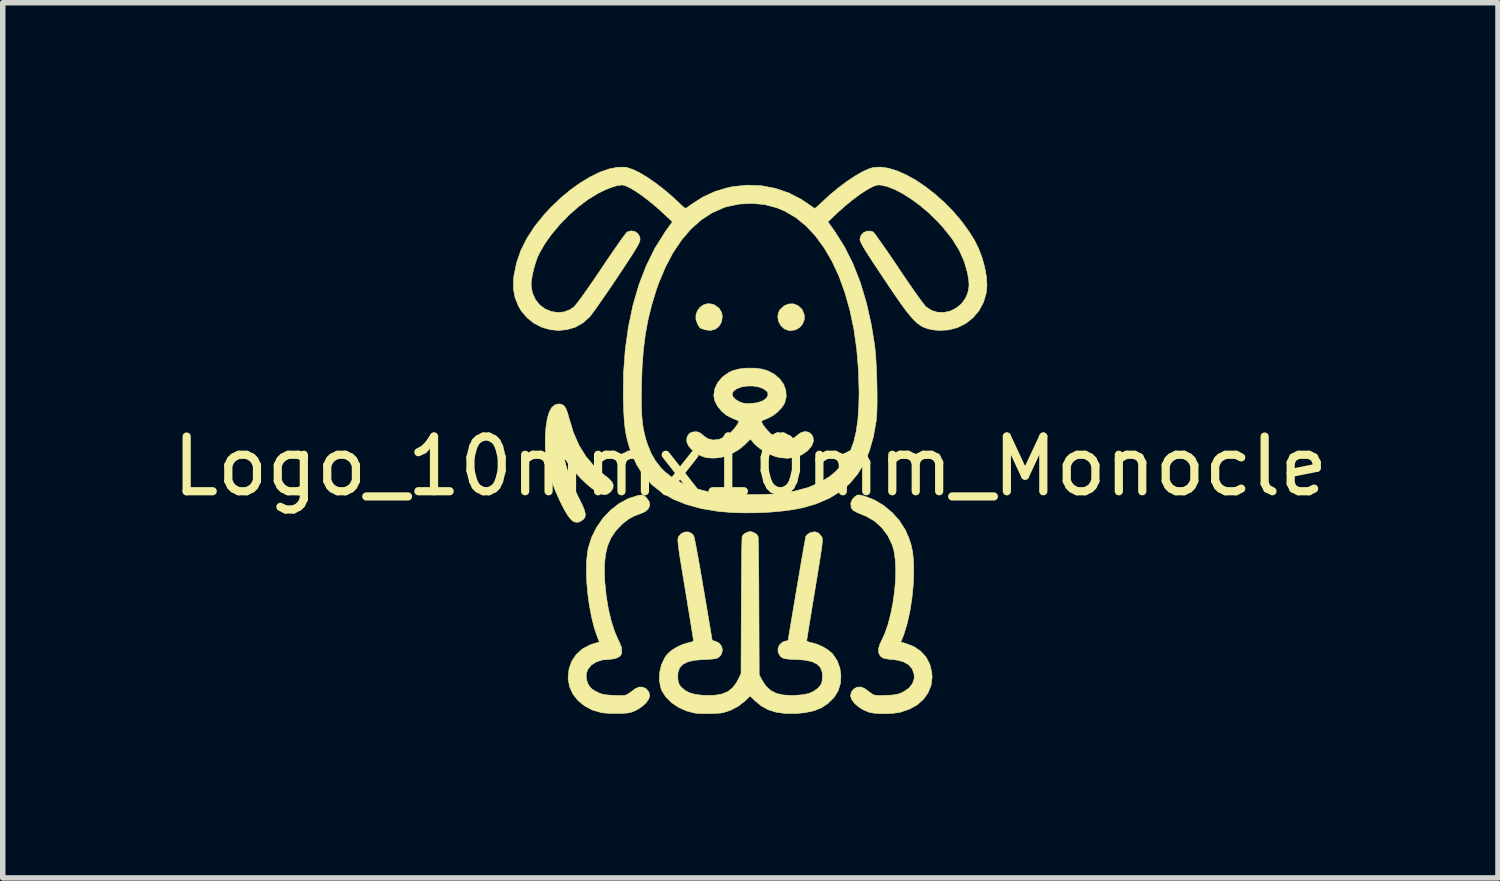
<source format=kicad_pcb>
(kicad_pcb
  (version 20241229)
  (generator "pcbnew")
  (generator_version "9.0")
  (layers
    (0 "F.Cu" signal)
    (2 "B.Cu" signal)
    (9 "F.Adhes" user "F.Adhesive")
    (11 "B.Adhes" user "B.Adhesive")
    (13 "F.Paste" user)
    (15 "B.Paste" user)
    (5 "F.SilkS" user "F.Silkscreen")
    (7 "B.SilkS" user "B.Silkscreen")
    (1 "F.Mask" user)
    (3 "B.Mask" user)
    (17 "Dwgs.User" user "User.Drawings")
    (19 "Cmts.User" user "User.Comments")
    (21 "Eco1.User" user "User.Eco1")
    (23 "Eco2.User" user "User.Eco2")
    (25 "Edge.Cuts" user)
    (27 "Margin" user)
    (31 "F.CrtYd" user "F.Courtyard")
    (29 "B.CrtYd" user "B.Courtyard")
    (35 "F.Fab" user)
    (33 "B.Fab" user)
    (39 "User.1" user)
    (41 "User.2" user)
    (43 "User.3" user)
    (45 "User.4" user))
  (footprint "Logo_10mmx10mm_Monocle"
    (layer "F.Cu")
    (at 10.673 4.979)
    (property "Reference" "Logo_10mmx10mm_Monocle" (at 0 0.5 0) (layer "F.SilkS") (effects (font (size 1 1) (thickness 0.15))))
    (attr through_hole)
    (fp_poly (pts (xy 0.853 -2.963) (xy 0.926 -2.958) (xy 0.983 -2.946) (xy 1.037 -2.926) (xy 1.087 -2.902) (xy 1.214 -2.819) (xy 1.324 -2.712) (xy 1.413 -2.588) (xy 1.475 -2.457) (xy 1.502 -2.327) (xy 1.503 -2.298) (xy 1.509 -2.239) (xy 1.53 -2.209) (xy 1.544 -2.203) (xy 1.576 -2.177) (xy 1.614 -2.126) (xy 1.64 -2.081) (xy 1.665 -2.024) (xy 1.681 -1.97) (xy 1.69 -1.907) (xy 1.693 -1.821) (xy 1.694 -1.759) (xy 1.696 -1.645) (xy 1.701 -1.509) (xy 1.709 -1.371) (xy 1.715 -1.292) (xy 1.736 -1.041) (xy 1.753 -0.828) (xy 1.767 -0.647) (xy 1.778 -0.493) (xy 1.787 -0.362) (xy 1.793 -0.249) (xy 1.797 -0.149) (xy 1.799 -0.057) (xy 1.8 0.032) (xy 1.8 0.05) (xy 1.801 0.173) (xy 1.805 0.292) (xy 1.811 0.397) (xy 1.818 0.473) (xy 1.819 0.484) (xy 1.83 0.563) (xy 1.844 0.667) (xy 1.857 0.779) (xy 1.863 0.835) (xy 1.875 0.931) (xy 1.888 1.014) (xy 1.9 1.073) (xy 1.907 1.094) (xy 1.92 1.138) (xy 1.927 1.202) (xy 1.927 1.221) (xy 1.932 1.306) (xy 1.947 1.423) (xy 1.97 1.565) (xy 1.999 1.721) (xy 2.028 1.862) (xy 2.052 1.97) (xy 2.075 2.084) (xy 2.094 2.184) (xy 2.097 2.2) (xy 2.115 2.285) (xy 2.134 2.362) (xy 2.15 2.412) (xy 2.189 2.472) (xy 2.246 2.525) (xy 2.307 2.562) (xy 2.346 2.571) (xy 2.396 2.553) (xy 2.452 2.505) (xy 2.506 2.438) (xy 2.549 2.36) (xy 2.562 2.327) (xy 2.59 2.264) (xy 2.62 2.224) (xy 2.647 2.21) (xy 2.664 2.227) (xy 2.668 2.255) (xy 2.649 2.365) (xy 2.596 2.476) (xy 2.526 2.565) (xy 2.445 2.631) (xy 2.364 2.657) (xy 2.279 2.645) (xy 2.265 2.64) (xy 2.214 2.609) (xy 2.153 2.557) (xy 2.098 2.499) (xy 2.064 2.448) (xy 2.062 2.445) (xy 2.047 2.397) (xy 2.029 2.323) (xy 2.013 2.243) (xy 1.996 2.15) (xy 1.973 2.037) (xy 1.949 1.926) (xy 1.945 1.904) (xy 1.911 1.745) (xy 1.883 1.592) (xy 1.861 1.454) (xy 1.847 1.339) (xy 1.842 1.264) (xy 1.838 1.209) (xy 1.826 1.177) (xy 1.821 1.174) (xy 1.809 1.155) (xy 1.802 1.105) (xy 1.8 1.057) (xy 1.797 0.994) (xy 1.788 0.951) (xy 1.781 0.941) (xy 1.773 0.933) (xy 1.767 0.906) (xy 1.76 0.858) (xy 1.754 0.785) (xy 1.747 0.684) (xy 1.74 0.551) (xy 1.732 0.385) (xy 1.723 0.181) (xy 1.718 0.041) (xy 1.71 -0.137) (xy 1.702 -0.299) (xy 1.693 -0.456) (xy 1.682 -0.615) (xy 1.669 -0.788) (xy 1.653 -0.981) (xy 1.634 -1.206) (xy 1.63 -1.251) (xy 1.621 -1.378) (xy 1.613 -1.521) (xy 1.609 -1.655) (xy 1.609 -1.706) (xy 1.607 -1.818) (xy 1.6 -1.9) (xy 1.587 -1.963) (xy 1.566 -2.019) (xy 1.565 -2.022) (xy 1.521 -2.118) (xy 1.474 -1.989) (xy 1.392 -1.82) (xy 1.283 -1.682) (xy 1.15 -1.577) (xy 0.995 -1.508) (xy 0.82 -1.475) (xy 0.752 -1.472) (xy 0.591 -1.484) (xy 0.454 -1.525) (xy 0.329 -1.597) (xy 0.221 -1.692) (xy 0.118 -1.81) (xy 0.051 -1.926) (xy 0.014 -2.054) (xy 0.004 -2.189) (xy 0.172 -2.189) (xy 0.186 -2.069) (xy 0.2 -2.017) (xy 0.267 -1.888) (xy 0.364 -1.782) (xy 0.482 -1.704) (xy 0.616 -1.655) (xy 0.758 -1.637) (xy 0.901 -1.654) (xy 1.037 -1.708) (xy 1.048 -1.714) (xy 1.169 -1.807) (xy 1.257 -1.921) (xy 1.313 -2.05) (xy 1.337 -2.186) (xy 1.329 -2.325) (xy 1.289 -2.46) (xy 1.215 -2.583) (xy 1.11 -2.689) (xy 1.053 -2.728) (xy 0.935 -2.78) (xy 0.797 -2.803) (xy 0.655 -2.798) (xy 0.553 -2.774) (xy 0.445 -2.72) (xy 0.342 -2.638) (xy 0.258 -2.538) (xy 0.204 -2.433) (xy 0.179 -2.317) (xy 0.172 -2.189) (xy 0.004 -2.189) (xy 0.003 -2.204) (xy 0.004 -2.255) (xy 0.012 -2.367) (xy 0.029 -2.453) (xy 0.057 -2.528) (xy 0.063 -2.541) (xy 0.152 -2.679) (xy 0.269 -2.801) (xy 0.404 -2.895) (xy 0.418 -2.902) (xy 0.479 -2.931) (xy 0.533 -2.95) (xy 0.592 -2.96) (xy 0.67 -2.964) (xy 0.752 -2.964) (xy 0.853 -2.963)) (stroke (width 0.01) (type solid)) (fill yes) (layer "F.Mask"))
    (fp_poly (pts (xy 0.869 -2.441) (xy 0.938 -2.378) (xy 0.953 -2.355) (xy 0.986 -2.269) (xy 0.985 -2.183) (xy 0.955 -2.105) (xy 0.901 -2.041) (xy 0.827 -1.998) (xy 0.738 -1.983) (xy 0.7 -1.986) (xy 0.621 -2.016) (xy 0.559 -2.073) (xy 0.517 -2.147) (xy 0.501 -2.23) (xy 0.513 -2.312) (xy 0.544 -2.369) (xy 0.618 -2.436) (xy 0.701 -2.47) (xy 0.788 -2.472) (xy 0.869 -2.441)) (stroke (width 0.01) (type solid)) (fill yes) (layer "F.SilkS"))
    (fp_poly (pts (xy -0.695 -2.467) (xy -0.65 -2.449) (xy -0.572 -2.391) (xy -0.525 -2.313) (xy -0.513 -2.24) (xy -0.529 -2.14) (xy -0.574 -2.062) (xy -0.642 -2.009) (xy -0.727 -1.986) (xy -0.823 -1.997) (xy -0.839 -2.002) (xy -0.886 -2.019) (xy -0.914 -2.028) (xy -0.917 -2.029) (xy -0.928 -2.044) (xy -0.952 -2.081) (xy -0.961 -2.095) (xy -0.995 -2.18) (xy -0.996 -2.265) (xy -0.97 -2.342) (xy -0.922 -2.407) (xy -0.857 -2.454) (xy -0.779 -2.476) (xy -0.695 -2.467)) (stroke (width 0.01) (type solid)) (fill yes) (layer "F.SilkS"))
    (fp_poly (pts (xy -3.449 -0.634) (xy -3.407 -0.607) (xy -3.373 -0.555) (xy -3.342 -0.474) (xy -3.318 -0.387) (xy -3.237 -0.12) (xy -3.134 0.115) (xy -3.006 0.322) (xy -2.853 0.502) (xy -2.674 0.657) (xy -2.662 0.666) (xy -2.58 0.731) (xy -2.53 0.787) (xy -2.509 0.838) (xy -2.513 0.891) (xy -2.515 0.901) (xy -2.553 0.963) (xy -2.613 1.006) (xy -2.671 1.019) (xy -2.733 1.004) (xy -2.812 0.962) (xy -2.904 0.897) (xy -3.002 0.815) (xy -3.102 0.719) (xy -3.197 0.615) (xy -3.283 0.507) (xy -3.315 0.462) (xy -3.359 0.398) (xy -3.386 0.363) (xy -3.397 0.356) (xy -3.398 0.372) (xy -3.395 0.394) (xy -3.369 0.497) (xy -3.328 0.624) (xy -3.277 0.764) (xy -3.219 0.905) (xy -3.159 1.036) (xy -3.13 1.094) (xy -3.071 1.212) (xy -3.034 1.304) (xy -3.018 1.373) (xy -3.024 1.426) (xy -3.051 1.466) (xy -3.098 1.5) (xy -3.105 1.504) (xy -3.159 1.524) (xy -3.211 1.517) (xy -3.244 1.503) (xy -3.284 1.468) (xy -3.335 1.402) (xy -3.392 1.31) (xy -3.452 1.196) (xy -3.514 1.066) (xy -3.574 0.925) (xy -3.606 0.842) (xy -3.679 0.623) (xy -3.725 0.416) (xy -3.749 0.207) (xy -3.751 -0.017) (xy -3.751 -0.026) (xy -3.738 -0.218) (xy -3.714 -0.373) (xy -3.679 -0.492) (xy -3.632 -0.576) (xy -3.573 -0.626) (xy -3.502 -0.642) (xy -3.449 -0.634)) (stroke (width 0.01) (type solid)) (fill yes) (layer "F.SilkS"))
    (fp_poly (pts (xy -1.944 1.036) (xy -1.901 1.074) (xy -1.901 1.074) (xy -1.852 1.143) (xy -1.84 1.211) (xy -1.865 1.273) (xy -1.924 1.326) (xy -2.003 1.362) (xy -2.119 1.405) (xy -2.214 1.455) (xy -2.303 1.52) (xy -2.357 1.568) (xy -2.466 1.683) (xy -2.55 1.809) (xy -2.611 1.951) (xy -2.65 2.113) (xy -2.669 2.299) (xy -2.668 2.515) (xy -2.662 2.62) (xy -2.637 2.867) (xy -2.598 3.103) (xy -2.546 3.323) (xy -2.484 3.518) (xy -2.413 3.683) (xy -2.397 3.713) (xy -2.357 3.811) (xy -2.352 3.901) (xy -2.362 3.939) (xy -2.396 3.979) (xy -2.459 4.01) (xy -2.542 4.026) (xy -2.581 4.028) (xy -2.712 4.041) (xy -2.823 4.078) (xy -2.911 4.135) (xy -2.971 4.209) (xy -3.002 4.295) (xy -3 4.391) (xy -2.972 4.473) (xy -2.937 4.532) (xy -2.894 4.574) (xy -2.83 4.614) (xy -2.813 4.622) (xy -2.756 4.649) (xy -2.703 4.667) (xy -2.642 4.678) (xy -2.563 4.684) (xy -2.49 4.688) (xy -2.397 4.691) (xy -2.333 4.691) (xy -2.289 4.686) (xy -2.257 4.674) (xy -2.226 4.655) (xy -2.213 4.646) (xy -2.158 4.606) (xy -2.108 4.569) (xy -2.099 4.563) (xy -2.032 4.535) (xy -1.963 4.539) (xy -1.902 4.57) (xy -1.858 4.624) (xy -1.841 4.693) (xy -1.859 4.754) (xy -1.906 4.821) (xy -1.977 4.888) (xy -2.065 4.946) (xy -2.092 4.96) (xy -2.147 4.985) (xy -2.197 5.001) (xy -2.254 5.011) (xy -2.329 5.016) (xy -2.418 5.018) (xy -2.518 5.018) (xy -2.614 5.014) (xy -2.694 5.008) (xy -2.73 5.002) (xy -2.893 4.954) (xy -3.035 4.878) (xy -3.154 4.781) (xy -3.245 4.664) (xy -3.306 4.532) (xy -3.332 4.389) (xy -3.333 4.362) (xy -3.316 4.202) (xy -3.265 4.06) (xy -3.182 3.938) (xy -3.07 3.838) (xy -2.93 3.764) (xy -2.843 3.736) (xy -2.761 3.714) (xy -2.8 3.614) (xy -2.856 3.448) (xy -2.904 3.256) (xy -2.943 3.049) (xy -2.973 2.834) (xy -2.992 2.618) (xy -2.999 2.411) (xy -2.994 2.221) (xy -2.976 2.055) (xy -2.965 1.996) (xy -2.904 1.8) (xy -2.813 1.617) (xy -2.697 1.45) (xy -2.559 1.304) (xy -2.405 1.183) (xy -2.237 1.091) (xy -2.061 1.034) (xy -2.033 1.028) (xy -1.982 1.023) (xy -1.944 1.036)) (stroke (width 0.01) (type solid)) (fill yes) (layer "F.SilkS"))
    (fp_poly (pts (xy 2.008 1.025) (xy 2.066 1.04) (xy 2.09 1.046) (xy 2.266 1.114) (xy 2.435 1.214) (xy 2.59 1.342) (xy 2.723 1.49) (xy 2.828 1.653) (xy 2.844 1.686) (xy 2.9 1.815) (xy 2.94 1.939) (xy 2.967 2.067) (xy 2.982 2.212) (xy 2.987 2.382) (xy 2.987 2.426) (xy 2.978 2.669) (xy 2.954 2.914) (xy 2.917 3.151) (xy 2.868 3.372) (xy 2.809 3.566) (xy 2.791 3.614) (xy 2.751 3.714) (xy 2.834 3.736) (xy 2.988 3.795) (xy 3.115 3.881) (xy 3.214 3.991) (xy 3.283 4.123) (xy 3.318 4.274) (xy 3.323 4.362) (xy 3.304 4.508) (xy 3.249 4.642) (xy 3.163 4.761) (xy 3.049 4.862) (xy 2.909 4.94) (xy 2.748 4.994) (xy 2.703 5.003) (xy 2.602 5.016) (xy 2.488 5.022) (xy 2.372 5.021) (xy 2.266 5.014) (xy 2.184 5) (xy 2.17 4.996) (xy 2.069 4.954) (xy 1.977 4.897) (xy 1.903 4.831) (xy 1.852 4.762) (xy 1.832 4.697) (xy 1.832 4.693) (xy 1.849 4.622) (xy 1.893 4.569) (xy 1.954 4.538) (xy 2.023 4.535) (xy 2.09 4.563) (xy 2.135 4.596) (xy 2.191 4.637) (xy 2.203 4.646) (xy 2.235 4.668) (xy 2.266 4.682) (xy 2.305 4.689) (xy 2.36 4.691) (xy 2.441 4.689) (xy 2.481 4.688) (xy 2.58 4.683) (xy 2.652 4.675) (xy 2.709 4.662) (xy 2.761 4.642) (xy 2.802 4.622) (xy 2.899 4.556) (xy 2.965 4.474) (xy 2.996 4.381) (xy 2.994 4.302) (xy 2.96 4.203) (xy 2.893 4.126) (xy 2.795 4.072) (xy 2.666 4.04) (xy 2.624 4.036) (xy 2.531 4.026) (xy 2.468 4.016) (xy 2.426 4.003) (xy 2.395 3.984) (xy 2.378 3.969) (xy 2.346 3.91) (xy 2.344 3.833) (xy 2.371 3.744) (xy 2.387 3.713) (xy 2.455 3.566) (xy 2.516 3.394) (xy 2.566 3.203) (xy 2.607 3) (xy 2.636 2.793) (xy 2.654 2.587) (xy 2.659 2.391) (xy 2.65 2.21) (xy 2.628 2.052) (xy 2.595 1.935) (xy 2.512 1.766) (xy 2.403 1.62) (xy 2.271 1.501) (xy 2.121 1.413) (xy 2.093 1.402) (xy 1.997 1.363) (xy 1.931 1.333) (xy 1.889 1.31) (xy 1.864 1.287) (xy 1.849 1.263) (xy 1.843 1.248) (xy 1.836 1.173) (xy 1.865 1.102) (xy 1.914 1.052) (xy 1.945 1.031) (xy 1.972 1.022) (xy 2.008 1.025)) (stroke (width 0.01) (type solid)) (fill yes) (layer "F.SilkS"))
    (fp_poly (pts (xy 0.075 -1.296) (xy 0.213 -1.279) (xy 0.316 -1.249) (xy 0.44 -1.183) (xy 0.538 -1.098) (xy 0.609 -0.998) (xy 0.649 -0.888) (xy 0.655 -0.773) (xy 0.627 -0.659) (xy 0.623 -0.651) (xy 0.572 -0.573) (xy 0.496 -0.494) (xy 0.407 -0.425) (xy 0.316 -0.378) (xy 0.311 -0.376) (xy 0.255 -0.354) (xy 0.215 -0.336) (xy 0.205 -0.33) (xy 0.206 -0.307) (xy 0.228 -0.265) (xy 0.266 -0.212) (xy 0.313 -0.156) (xy 0.363 -0.105) (xy 0.399 -0.075) (xy 0.509 -0.012) (xy 0.617 0.017) (xy 0.719 0.012) (xy 0.809 -0.027) (xy 0.855 -0.066) (xy 0.924 -0.117) (xy 0.997 -0.137) (xy 1.064 -0.126) (xy 1.118 -0.085) (xy 1.145 -0.035) (xy 1.153 0.043) (xy 1.121 0.125) (xy 1.05 0.21) (xy 1.048 0.212) (xy 0.942 0.287) (xy 0.815 0.334) (xy 0.676 0.352) (xy 0.532 0.339) (xy 0.446 0.316) (xy 0.321 0.264) (xy 0.203 0.195) (xy 0.103 0.117) (xy 0.056 0.068) (xy 0 0) (xy -0.1 0.1) (xy -0.22 0.199) (xy -0.358 0.276) (xy -0.502 0.328) (xy -0.626 0.347) (xy -0.704 0.348) (xy -0.774 0.344) (xy -0.816 0.337) (xy -0.91 0.305) (xy -0.984 0.267) (xy -1.055 0.21) (xy -1.058 0.208) (xy -1.13 0.127) (xy -1.164 0.048) (xy -1.16 -0.027) (xy -1.15 -0.052) (xy -1.115 -0.101) (xy -1.069 -0.126) (xy -0.999 -0.134) (xy -0.994 -0.134) (xy -0.939 -0.123) (xy -0.884 -0.085) (xy -0.865 -0.066) (xy -0.783 -0.007) (xy -0.686 0.018) (xy -0.581 0.009) (xy -0.472 -0.035) (xy -0.409 -0.075) (xy -0.361 -0.117) (xy -0.311 -0.17) (xy -0.266 -0.226) (xy -0.231 -0.277) (xy -0.213 -0.315) (xy -0.215 -0.33) (xy -0.24 -0.343) (xy -0.29 -0.364) (xy -0.326 -0.378) (xy -0.432 -0.432) (xy -0.526 -0.509) (xy -0.601 -0.601) (xy -0.651 -0.699) (xy -0.669 -0.796) (xy -0.665 -0.822) (xy -0.334 -0.822) (xy -0.317 -0.771) (xy -0.27 -0.722) (xy -0.195 -0.679) (xy -0.145 -0.66) (xy -0.07 -0.648) (xy 0.024 -0.65) (xy 0.122 -0.664) (xy 0.206 -0.689) (xy 0.225 -0.698) (xy 0.289 -0.743) (xy 0.321 -0.794) (xy 0.319 -0.846) (xy 0.305 -0.87) (xy 0.24 -0.92) (xy 0.151 -0.953) (xy 0.046 -0.97) (xy -0.063 -0.969) (xy -0.167 -0.952) (xy -0.255 -0.917) (xy -0.315 -0.87) (xy -0.334 -0.822) (xy -0.665 -0.822) (xy -0.651 -0.918) (xy -0.598 -1.032) (xy -0.514 -1.131) (xy -0.403 -1.212) (xy -0.326 -1.249) (xy -0.208 -1.281) (xy -0.07 -1.297) (xy 0.075 -1.296)) (stroke (width 0.01) (type solid)) (fill yes) (layer "F.SilkS"))
    (fp_poly (pts (xy 0.023 1.697) (xy 0.063 1.711) (xy 0.118 1.746) (xy 0.141 1.785) (xy 0.143 1.812) (xy 0.145 1.874) (xy 0.147 1.969) (xy 0.149 2.093) (xy 0.15 2.242) (xy 0.152 2.413) (xy 0.154 2.602) (xy 0.155 2.806) (xy 0.156 3.022) (xy 0.156 3.071) (xy 0.161 4.311) (xy 0.214 4.412) (xy 0.284 4.519) (xy 0.37 4.598) (xy 0.474 4.652) (xy 0.603 4.681) (xy 0.76 4.69) (xy 0.814 4.688) (xy 0.954 4.677) (xy 1.064 4.655) (xy 1.151 4.618) (xy 1.226 4.565) (xy 1.255 4.536) (xy 1.29 4.491) (xy 1.309 4.441) (xy 1.318 4.369) (xy 1.319 4.365) (xy 1.313 4.261) (xy 1.281 4.178) (xy 1.219 4.116) (xy 1.127 4.071) (xy 1.002 4.044) (xy 0.865 4.033) (xy 0.756 4.029) (xy 0.678 4.023) (xy 0.625 4.015) (xy 0.588 4.002) (xy 0.561 3.983) (xy 0.543 3.965) (xy 0.508 3.903) (xy 0.505 3.834) (xy 0.53 3.769) (xy 0.58 3.72) (xy 0.626 3.7) (xy 0.689 3.684) (xy 0.846 2.747) (xy 0.878 2.56) (xy 0.908 2.383) (xy 0.935 2.222) (xy 0.96 2.08) (xy 0.981 1.96) (xy 0.998 1.867) (xy 1.01 1.804) (xy 1.016 1.776) (xy 1.017 1.775) (xy 1.043 1.745) (xy 1.089 1.716) (xy 1.1 1.711) (xy 1.177 1.696) (xy 1.244 1.718) (xy 1.298 1.777) (xy 1.303 1.785) (xy 1.31 1.8) (xy 1.314 1.818) (xy 1.316 1.845) (xy 1.315 1.882) (xy 1.31 1.934) (xy 1.301 2.003) (xy 1.288 2.094) (xy 1.27 2.209) (xy 1.247 2.353) (xy 1.219 2.528) (xy 1.184 2.738) (xy 1.182 2.753) (xy 1.151 2.937) (xy 1.123 3.11) (xy 1.097 3.267) (xy 1.074 3.406) (xy 1.056 3.521) (xy 1.042 3.609) (xy 1.033 3.666) (xy 1.03 3.688) (xy 1.048 3.705) (xy 1.092 3.719) (xy 1.113 3.723) (xy 1.215 3.751) (xy 1.324 3.799) (xy 1.424 3.86) (xy 1.501 3.926) (xy 1.508 3.934) (xy 1.587 4.054) (xy 1.637 4.188) (xy 1.656 4.33) (xy 1.646 4.471) (xy 1.605 4.604) (xy 1.534 4.72) (xy 1.526 4.729) (xy 1.419 4.835) (xy 1.299 4.915) (xy 1.159 4.97) (xy 0.995 5.005) (xy 0.835 5.019) (xy 0.639 5.019) (xy 0.472 4.996) (xy 0.327 4.951) (xy 0.199 4.88) (xy 0.09 4.791) (xy -0.005 4.699) (xy -0.1 4.791) (xy -0.219 4.884) (xy -0.36 4.959) (xy -0.496 5.004) (xy -0.552 5.012) (xy -0.636 5.017) (xy -0.735 5.02) (xy -0.838 5.021) (xy -0.931 5.019) (xy -1.004 5.013) (xy -1.021 5.011) (xy -1.173 4.971) (xy -1.315 4.906) (xy -1.441 4.821) (xy -1.543 4.72) (xy -1.615 4.609) (xy -1.635 4.561) (xy -1.664 4.419) (xy -1.66 4.271) (xy -1.626 4.127) (xy -1.563 3.996) (xy -1.518 3.934) (xy -1.445 3.868) (xy -1.347 3.807) (xy -1.239 3.757) (xy -1.135 3.726) (xy -1.122 3.723) (xy -1.072 3.711) (xy -1.043 3.694) (xy -1.04 3.688) (xy -1.043 3.665) (xy -1.052 3.607) (xy -1.066 3.519) (xy -1.085 3.403) (xy -1.107 3.264) (xy -1.133 3.107) (xy -1.161 2.933) (xy -1.191 2.753) (xy -1.226 2.54) (xy -1.255 2.363) (xy -1.279 2.218) (xy -1.297 2.101) (xy -1.31 2.008) (xy -1.319 1.937) (xy -1.324 1.885) (xy -1.326 1.847) (xy -1.324 1.82) (xy -1.32 1.801) (xy -1.314 1.786) (xy -1.313 1.785) (xy -1.264 1.73) (xy -1.201 1.701) (xy -1.134 1.699) (xy -1.074 1.725) (xy -1.036 1.768) (xy -1.029 1.796) (xy -1.015 1.857) (xy -0.997 1.95) (xy -0.975 2.069) (xy -0.949 2.211) (xy -0.92 2.373) (xy -0.89 2.549) (xy -0.858 2.736) (xy -0.856 2.747) (xy -0.698 3.684) (xy -0.636 3.7) (xy -0.571 3.734) (xy -0.528 3.79) (xy -0.512 3.857) (xy -0.526 3.925) (xy -0.552 3.965) (xy -0.578 3.989) (xy -0.607 4.006) (xy -0.648 4.017) (xy -0.707 4.025) (xy -0.792 4.03) (xy -0.874 4.033) (xy -1.029 4.047) (xy -1.15 4.076) (xy -1.239 4.123) (xy -1.296 4.188) (xy -1.325 4.273) (xy -1.328 4.365) (xy -1.32 4.439) (xy -1.301 4.49) (xy -1.267 4.534) (xy -1.265 4.536) (xy -1.194 4.598) (xy -1.113 4.641) (xy -1.014 4.669) (xy -0.888 4.685) (xy -0.824 4.688) (xy -0.659 4.687) (xy -0.524 4.665) (xy -0.414 4.62) (xy -0.326 4.551) (xy -0.254 4.456) (xy -0.226 4.404) (xy -0.171 4.292) (xy -0.166 3.061) (xy -0.165 2.844) (xy -0.164 2.638) (xy -0.162 2.446) (xy -0.161 2.272) (xy -0.159 2.118) (xy -0.157 1.99) (xy -0.155 1.89) (xy -0.153 1.821) (xy -0.151 1.787) (xy -0.151 1.785) (xy -0.123 1.742) (xy -0.073 1.711) (xy -0.02 1.694) (xy 0.023 1.697)) (stroke (width 0.01) (type solid)) (fill yes) (layer "F.SilkS"))
    (fp_poly (pts (xy 2.52 -4.954) (xy 2.681 -4.905) (xy 2.851 -4.83) (xy 3.027 -4.732) (xy 3.205 -4.612) (xy 3.382 -4.474) (xy 3.554 -4.32) (xy 3.718 -4.152) (xy 3.869 -3.973) (xy 4.005 -3.785) (xy 4.095 -3.641) (xy 4.173 -3.485) (xy 4.237 -3.316) (xy 4.285 -3.141) (xy 4.316 -2.97) (xy 4.326 -2.813) (xy 4.315 -2.68) (xy 4.265 -2.506) (xy 4.184 -2.353) (xy 4.075 -2.222) (xy 3.944 -2.117) (xy 3.794 -2.041) (xy 3.629 -1.996) (xy 3.454 -1.986) (xy 3.373 -1.993) (xy 3.299 -2.005) (xy 3.232 -2.021) (xy 3.17 -2.044) (xy 3.11 -2.077) (xy 3.05 -2.122) (xy 2.987 -2.181) (xy 2.918 -2.259) (xy 2.84 -2.357) (xy 2.752 -2.477) (xy 2.65 -2.624) (xy 2.531 -2.799) (xy 2.442 -2.932) (xy 2.329 -3.102) (xy 2.236 -3.242) (xy 2.162 -3.357) (xy 2.104 -3.448) (xy 2.061 -3.519) (xy 2.032 -3.573) (xy 2.014 -3.612) (xy 2.005 -3.64) (xy 2.003 -3.655) (xy 2.023 -3.723) (xy 2.069 -3.774) (xy 2.133 -3.802) (xy 2.204 -3.802) (xy 2.244 -3.787) (xy 2.263 -3.766) (xy 2.301 -3.717) (xy 2.355 -3.642) (xy 2.423 -3.546) (xy 2.503 -3.431) (xy 2.591 -3.302) (xy 2.685 -3.163) (xy 2.708 -3.127) (xy 2.806 -2.983) (xy 2.899 -2.846) (xy 2.986 -2.721) (xy 3.063 -2.612) (xy 3.128 -2.523) (xy 3.178 -2.458) (xy 3.21 -2.42) (xy 3.214 -2.417) (xy 3.314 -2.351) (xy 3.425 -2.318) (xy 3.541 -2.315) (xy 3.657 -2.341) (xy 3.764 -2.394) (xy 3.858 -2.471) (xy 3.932 -2.57) (xy 3.973 -2.666) (xy 3.992 -2.743) (xy 3.999 -2.817) (xy 3.994 -2.9) (xy 3.977 -3.004) (xy 3.97 -3.041) (xy 3.911 -3.248) (xy 3.819 -3.453) (xy 3.693 -3.657) (xy 3.53 -3.863) (xy 3.417 -3.987) (xy 3.266 -4.134) (xy 3.109 -4.267) (xy 2.949 -4.385) (xy 2.792 -4.485) (xy 2.642 -4.564) (xy 2.504 -4.618) (xy 2.382 -4.645) (xy 2.339 -4.647) (xy 2.279 -4.634) (xy 2.197 -4.596) (xy 2.096 -4.537) (xy 1.982 -4.46) (xy 1.86 -4.368) (xy 1.733 -4.264) (xy 1.607 -4.152) (xy 1.572 -4.12) (xy 1.417 -3.973) (xy 1.536 -3.807) (xy 1.716 -3.524) (xy 1.874 -3.21) (xy 2.01 -2.864) (xy 2.123 -2.487) (xy 2.214 -2.078) (xy 2.272 -1.716) (xy 2.284 -1.607) (xy 2.295 -1.471) (xy 2.303 -1.315) (xy 2.31 -1.148) (xy 2.315 -0.977) (xy 2.317 -0.809) (xy 2.317 -0.652) (xy 2.314 -0.514) (xy 2.308 -0.401) (xy 2.302 -0.339) (xy 2.251 -0.048) (xy 2.178 0.212) (xy 2.081 0.442) (xy 1.96 0.642) (xy 1.813 0.816) (xy 1.64 0.962) (xy 1.439 1.084) (xy 1.208 1.183) (xy 0.963 1.255) (xy 0.786 1.29) (xy 0.581 1.317) (xy 0.356 1.337) (xy 0.12 1.348) (xy -0.116 1.35) (xy -0.343 1.343) (xy -0.553 1.326) (xy -0.591 1.322) (xy -0.894 1.272) (xy -1.165 1.198) (xy -1.406 1.102) (xy -1.617 0.981) (xy -1.799 0.836) (xy -1.953 0.667) (xy -2.078 0.472) (xy -2.177 0.252) (xy -2.218 0.132) (xy -2.251 0.018) (xy -2.276 -0.097) (xy -2.295 -0.222) (xy -2.308 -0.363) (xy -2.317 -0.527) (xy -2.323 -0.723) (xy -2.324 -0.749) (xy -2.324 -0.779) (xy -1.994 -0.779) (xy -1.993 -0.598) (xy -1.987 -0.443) (xy -1.975 -0.309) (xy -1.958 -0.189) (xy -1.934 -0.078) (xy -1.904 0.031) (xy -1.883 0.093) (xy -1.816 0.26) (xy -1.736 0.4) (xy -1.637 0.526) (xy -1.564 0.599) (xy -1.41 0.72) (xy -1.225 0.822) (xy -1.012 0.904) (xy -0.775 0.964) (xy -0.562 0.997) (xy -0.456 1.005) (xy -0.321 1.011) (xy -0.168 1.015) (xy -0.004 1.016) (xy 0.158 1.015) (xy 0.31 1.011) (xy 0.441 1.004) (xy 0.527 0.997) (xy 0.805 0.954) (xy 1.052 0.888) (xy 1.267 0.799) (xy 1.45 0.686) (xy 1.555 0.599) (xy 1.666 0.48) (xy 1.759 0.349) (xy 1.835 0.204) (xy 1.894 0.039) (xy 1.937 -0.148) (xy 1.967 -0.362) (xy 1.983 -0.606) (xy 1.988 -0.857) (xy 1.977 -1.258) (xy 1.945 -1.642) (xy 1.893 -2.007) (xy 1.821 -2.352) (xy 1.73 -2.674) (xy 1.622 -2.973) (xy 1.496 -3.246) (xy 1.353 -3.491) (xy 1.195 -3.708) (xy 1.022 -3.894) (xy 0.835 -4.047) (xy 0.635 -4.166) (xy 0.482 -4.23) (xy 0.26 -4.288) (xy 0.028 -4.31) (xy -0.205 -4.297) (xy -0.431 -4.25) (xy -0.492 -4.23) (xy -0.703 -4.136) (xy -0.902 -4.006) (xy -1.087 -3.841) (xy -1.258 -3.641) (xy -1.415 -3.408) (xy -1.555 -3.143) (xy -1.679 -2.848) (xy -1.723 -2.721) (xy -1.804 -2.456) (xy -1.869 -2.194) (xy -1.919 -1.925) (xy -1.955 -1.643) (xy -1.979 -1.34) (xy -1.991 -1.006) (xy -1.992 -0.993) (xy -1.994 -0.779) (xy -2.324 -0.779) (xy -2.32 -1.202) (xy -2.288 -1.637) (xy -2.23 -2.054) (xy -2.146 -2.451) (xy -2.037 -2.824) (xy -1.902 -3.173) (xy -1.743 -3.494) (xy -1.559 -3.787) (xy -1.544 -3.808) (xy -1.426 -3.973) (xy -1.589 -4.126) (xy -1.722 -4.246) (xy -1.854 -4.355) (xy -1.981 -4.452) (xy -2.098 -4.532) (xy -2.201 -4.593) (xy -2.285 -4.633) (xy -2.347 -4.647) (xy -2.349 -4.647) (xy -2.432 -4.636) (xy -2.539 -4.604) (xy -2.661 -4.555) (xy -2.776 -4.499) (xy -2.958 -4.389) (xy -3.14 -4.253) (xy -3.319 -4.095) (xy -3.486 -3.924) (xy -3.637 -3.744) (xy -3.765 -3.563) (xy -3.865 -3.387) (xy -3.894 -3.323) (xy -3.929 -3.224) (xy -3.962 -3.111) (xy -3.988 -2.996) (xy -4.005 -2.892) (xy -4.01 -2.825) (xy -4.004 -2.766) (xy -3.99 -2.693) (xy -3.982 -2.663) (xy -3.929 -2.546) (xy -3.851 -2.451) (xy -3.753 -2.379) (xy -3.643 -2.333) (xy -3.526 -2.314) (xy -3.409 -2.324) (xy -3.298 -2.366) (xy -3.23 -2.413) (xy -3.197 -2.449) (xy -3.144 -2.516) (xy -3.073 -2.612) (xy -2.987 -2.733) (xy -2.886 -2.879) (xy -2.773 -3.045) (xy -2.72 -3.125) (xy -2.624 -3.267) (xy -2.534 -3.399) (xy -2.452 -3.517) (xy -2.381 -3.619) (xy -2.323 -3.7) (xy -2.28 -3.756) (xy -2.256 -3.784) (xy -2.253 -3.787) (xy -2.181 -3.807) (xy -2.113 -3.795) (xy -2.057 -3.756) (xy -2.023 -3.696) (xy -2.017 -3.654) (xy -2.02 -3.631) (xy -2.029 -3.602) (xy -2.047 -3.563) (xy -2.076 -3.511) (xy -2.117 -3.442) (xy -2.173 -3.354) (xy -2.245 -3.243) (xy -2.335 -3.106) (xy -2.435 -2.957) (xy -2.531 -2.813) (xy -2.625 -2.675) (xy -2.713 -2.548) (xy -2.791 -2.436) (xy -2.857 -2.344) (xy -2.907 -2.275) (xy -2.94 -2.234) (xy -2.941 -2.233) (xy -3.064 -2.123) (xy -3.203 -2.046) (xy -3.353 -2.001) (xy -3.508 -1.986) (xy -3.663 -2.001) (xy -3.814 -2.045) (xy -3.956 -2.117) (xy -4.082 -2.217) (xy -4.189 -2.343) (xy -4.242 -2.434) (xy -4.304 -2.587) (xy -4.333 -2.744) (xy -4.332 -2.913) (xy -4.325 -2.98) (xy -4.277 -3.218) (xy -4.199 -3.446) (xy -4.088 -3.668) (xy -3.945 -3.888) (xy -3.765 -4.11) (xy -3.65 -4.234) (xy -3.473 -4.404) (xy -3.29 -4.556) (xy -3.107 -4.687) (xy -2.925 -4.796) (xy -2.75 -4.881) (xy -2.584 -4.939) (xy -2.43 -4.97) (xy -2.294 -4.971) (xy -2.249 -4.963) (xy -2.146 -4.928) (xy -2.022 -4.868) (xy -1.883 -4.784) (xy -1.735 -4.682) (xy -1.582 -4.564) (xy -1.43 -4.435) (xy -1.323 -4.336) (xy -1.267 -4.282) (xy -1.221 -4.242) (xy -1.193 -4.22) (xy -1.188 -4.217) (xy -1.167 -4.228) (xy -1.125 -4.256) (xy -1.074 -4.293) (xy -0.867 -4.426) (xy -0.647 -4.527) (xy -0.407 -4.598) (xy -0.306 -4.618) (xy -0.048 -4.643) (xy 0.209 -4.631) (xy 0.462 -4.583) (xy 0.704 -4.5) (xy 0.932 -4.382) (xy 1.064 -4.293) (xy 1.118 -4.254) (xy 1.159 -4.227) (xy 1.178 -4.217) (xy 1.197 -4.23) (xy 1.237 -4.264) (xy 1.29 -4.313) (xy 1.314 -4.336) (xy 1.462 -4.472) (xy 1.615 -4.598) (xy 1.767 -4.712) (xy 1.913 -4.809) (xy 2.048 -4.887) (xy 2.167 -4.941) (xy 2.239 -4.963) (xy 2.371 -4.974) (xy 2.52 -4.954)) (stroke (width 0.01) (type solid)) (fill yes) (layer "F.SilkS")))
  (gr_rect
    (start -3 -3)
    (end 24.345 13.006)
    (stroke (width 0.1) (type default))
    (fill no)
    (layer "Edge.Cuts")))
</source>
